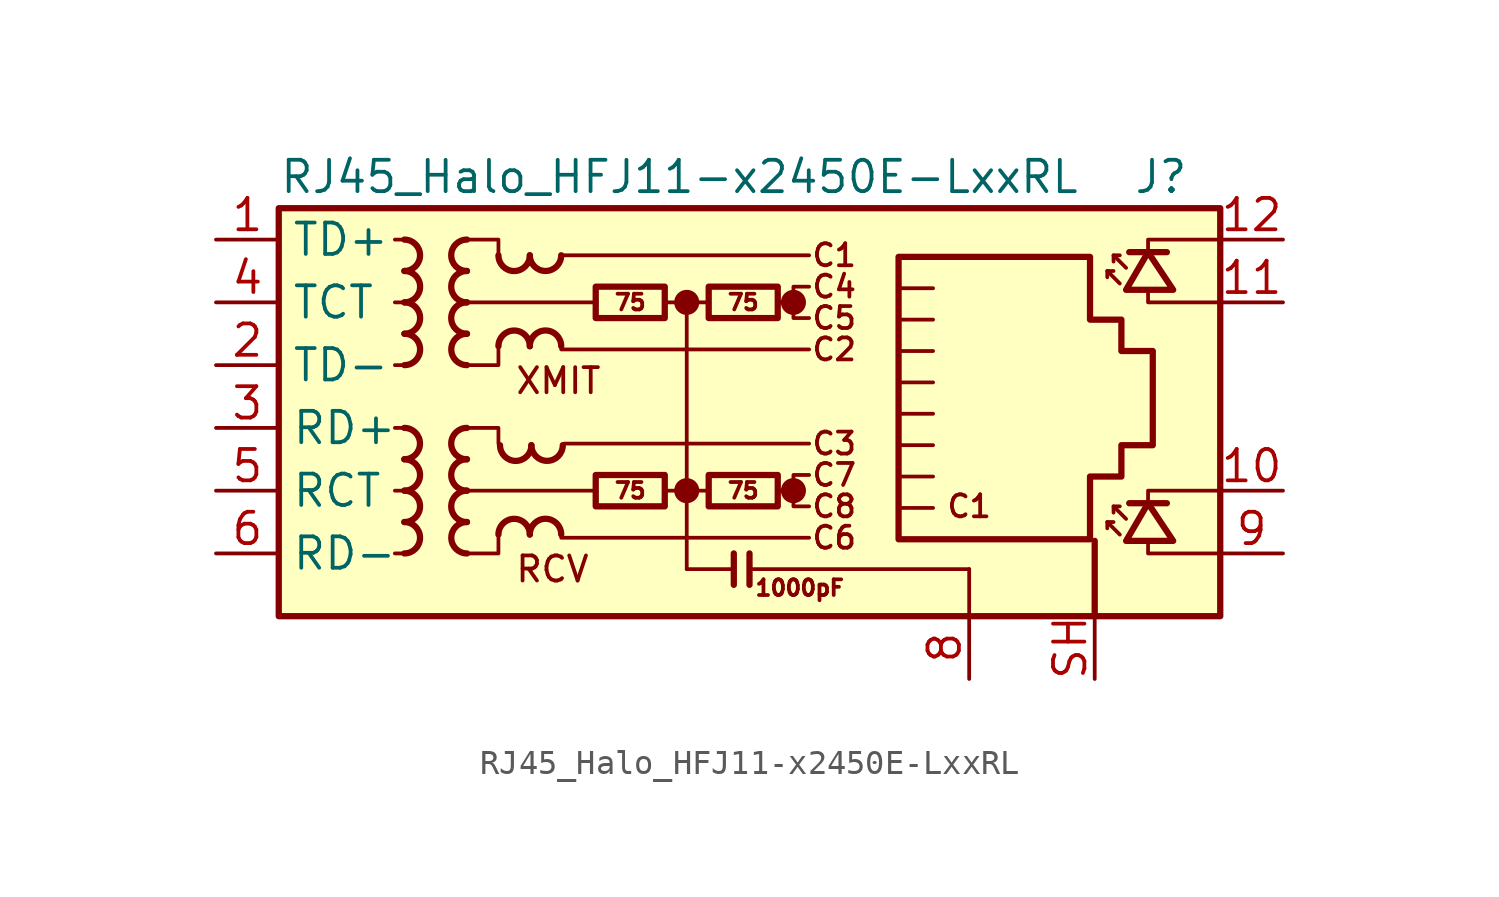
<source format=kicad_sym>
(kicad_symbol_lib
  (version 20220914)
  (generator kicad_symbol_editor)
  (symbol "RJ45_Halo_HFJ11-x2450E-LxxRL"
    (property "Reference" "J"
      (at 19.05 10.16 0)
      (effects (font (size 1.27 1.27)) (justify right)))
    (property "Value" "RJ45_Halo_HFJ11-x2450E-LxxRL"
      (at -17.78 10.16 0)
      (effects (font (size 1.27 1.27)) (justify left)))
    (symbol "RJ45_Halo_HFJ11-x2450E-LxxRL_0_0"
      (circle (center -1.27 -2.54) (radius 0.0001) (stroke (width 0.508) (type default)) (fill (type none)))
      (circle (center -1.27 5.08) (radius 0.0001) (stroke (width 0.508) (type default)) (fill (type none)))
      (polyline (pts (xy -1.27 5.08) (xy -1.27 -5.715)) (stroke (width 0) (type default)) (fill (type none)))
      (polyline (pts (xy 0.635 -5.08) (xy 0.635 -6.35)) (stroke (width 0.254) (type default)) (fill (type none)))
      (polyline (pts (xy 1.27 -5.08) (xy 1.27 -6.35)) (stroke (width 0.254) (type default)) (fill (type none)))
      (polyline (pts (xy 3.048 -2.54) (xy 2.54 -2.54)) (stroke (width 0) (type default)) (fill (type none)))
      (polyline (pts (xy 3.048 5.08) (xy 2.54 5.08)) (stroke (width 0) (type default)) (fill (type none)))
      (polyline (pts (xy 17.399 -3.175) (xy 17.399 -2.54) (xy 20.32 -2.54)) (stroke (width 0) (type default)) (fill (type none)))
      (polyline (pts (xy 17.399 6.985) (xy 17.399 7.62) (xy 20.32 7.62)) (stroke (width 0) (type default)) (fill (type none)))
      (polyline (pts (xy 20.32 -5.08) (xy 17.399 -5.08) (xy 17.399 -4.572)) (stroke (width 0) (type default)) (fill (type none)))
      (polyline (pts (xy 20.32 5.08) (xy 17.399 5.08) (xy 17.399 5.588)) (stroke (width 0) (type default)) (fill (type none)))
      (polyline (pts (xy 3.683 -1.905) (xy 3.048 -1.905) (xy 3.048 -3.175) (xy 3.683 -3.175)) (stroke (width 0) (type default)) (fill (type none)))
      (polyline (pts (xy 3.683 5.715) (xy 3.048 5.715) (xy 3.048 4.445) (xy 3.683 4.445)) (stroke (width 0) (type default)) (fill (type none)))
      (circle (center 3.048 -2.54) (radius 0.0001) (stroke (width 0.508) (type default)) (fill (type none)))
      (circle (center 3.048 5.08) (radius 0.0001) (stroke (width 0.508) (type default)) (fill (type none)))
      (text "C1" (at 4.699 6.985 0) (effects (font (size 0.889 0.889))))
      (text "C1" (at 10.16 -3.175 0) (effects (font (size 0.889 0.889))))
      (text "C2" (at 4.699 3.175 0) (effects (font (size 0.889 0.889))))
      (text "C3" (at 4.699 -0.635 0) (effects (font (size 0.889 0.889))))
      (text "C4" (at 4.699 5.715 0) (effects (font (size 0.889 0.889))))
      (text "C5" (at 4.699 4.445 0) (effects (font (size 0.889 0.889))))
      (text "C6" (at 4.699 -4.445 0) (effects (font (size 0.889 0.889))))
      (text "C7" (at 4.699 -1.905 0) (effects (font (size 0.889 0.889))))
      (text "C8" (at 4.699 -3.175 0) (effects (font (size 0.889 0.889))))
      (text "RCV" (at -8.255 -5.715 0) (effects (font (size 1.016 1.016)) (justify left)))
      (text "XMIT" (at -8.255 1.905 0) (effects (font (size 1.016 1.016)) (justify left))))
    (symbol "RJ45_Halo_HFJ11-x2450E-LxxRL_0_1"
      (rectangle (start -17.78 8.89) (end 20.32 -7.62) (stroke (width 0.254) (type default)) (fill (type background)))
      (polyline (pts (xy -12.7 -5.08) (xy -13.081 -5.08)) (stroke (width 0) (type default)) (fill (type none)))
      (polyline (pts (xy -12.7 -2.54) (xy -13.081 -2.54)) (stroke (width 0) (type default)) (fill (type none)))
      (polyline (pts (xy -12.7 0) (xy -13.081 0)) (stroke (width 0) (type default)) (fill (type none)))
      (polyline (pts (xy -12.7 2.54) (xy -13.081 2.54)) (stroke (width 0) (type default)) (fill (type none)))
      (polyline (pts (xy -12.7 5.08) (xy -13.081 5.08)) (stroke (width 0) (type default)) (fill (type none)))
      (polyline (pts (xy -12.7 7.62) (xy -13.081 7.62)) (stroke (width 0) (type default)) (fill (type none)))
      (polyline (pts (xy -6.35 -4.445) (xy 3.683 -4.445)) (stroke (width 0) (type default)) (fill (type none)))
      (polyline (pts (xy -6.35 3.175) (xy 3.683 3.175)) (stroke (width 0) (type default)) (fill (type none)))
      (polyline (pts (xy -6.35 6.985) (xy 3.683 6.985)) (stroke (width 0) (type default)) (fill (type none)))
      (polyline (pts (xy -6.223 -0.635) (xy 3.683 -0.635)) (stroke (width 0) (type default)) (fill (type none)))
      (polyline (pts (xy -5.08 -2.54) (xy -10.16 -2.54)) (stroke (width 0) (type default)) (fill (type none)))
      (polyline (pts (xy -4.953 5.08) (xy -10.16 5.08)) (stroke (width 0) (type default)) (fill (type none)))
      (polyline (pts (xy -2.159 -2.54) (xy -0.381 -2.54)) (stroke (width 0) (type default)) (fill (type none)))
      (polyline (pts (xy -2.159 5.08) (xy -0.381 5.08)) (stroke (width 0) (type default)) (fill (type none)))
      (polyline (pts (xy 0.635 -5.715) (xy -1.27 -5.715)) (stroke (width 0) (type default)) (fill (type none)))
      (polyline (pts (xy 7.429 -1.968) (xy 8.7 -1.968)) (stroke (width 0) (type default)) (fill (type none)))
      (polyline (pts (xy 7.429 -0.699) (xy 8.7 -0.699)) (stroke (width 0) (type default)) (fill (type none)))
      (polyline (pts (xy 7.429 0.572) (xy 8.7 0.572)) (stroke (width 0) (type default)) (fill (type none)))
      (polyline (pts (xy 7.429 1.841) (xy 8.7 1.841)) (stroke (width 0) (type default)) (fill (type none)))
      (polyline (pts (xy 7.429 3.111) (xy 8.7 3.111)) (stroke (width 0) (type default)) (fill (type none)))
      (polyline (pts (xy 8.7 -3.239) (xy 7.429 -3.239)) (stroke (width 0) (type default)) (fill (type none)))
      (polyline (pts (xy 8.7 4.381) (xy 7.429 4.381)) (stroke (width 0) (type default)) (fill (type none)))
      (polyline (pts (xy 8.7 5.652) (xy 7.429 5.652)) (stroke (width 0) (type default)) (fill (type none)))
      (polyline (pts (xy 10.16 -5.715) (xy 1.27 -5.715)) (stroke (width 0) (type default)) (fill (type none)))
      (polyline (pts (xy 10.16 -5.715) (xy 10.16 -7.62)) (stroke (width 0) (type default)) (fill (type none)))
      (polyline (pts (xy -10.16 0) (xy -8.89 0) (xy -8.89 -0.635)) (stroke (width 0) (type default)) (fill (type none)))
      (polyline (pts (xy -10.16 7.62) (xy -8.89 7.62) (xy -8.89 6.985)) (stroke (width 0) (type default)) (fill (type none)))
      (polyline (pts (xy -8.89 -4.445) (xy -8.89 -5.08) (xy -10.16 -5.08)) (stroke (width 0) (type default)) (fill (type none)))
      (polyline (pts (xy -8.89 3.175) (xy -8.89 2.54) (xy -10.16 2.54)) (stroke (width 0) (type default)) (fill (type none))))
    (symbol "RJ45_Halo_HFJ11-x2450E-LxxRL_1_0"
      (text "1000pF" (at 3.302 -6.477 0) (effects (font (size 0.635 0.635)))))
    (symbol "RJ45_Halo_HFJ11-x2450E-LxxRL_1_1"
      (arc (start -12.7 -1.27) (mid -12.0677 -0.635) (end -12.7 0) (stroke (width 0.254) (type default)) (fill (type none)))
      (arc (start -12.6973 -5.08) (mid -12.065 -4.445) (end -12.6973 -3.81) (stroke (width 0.254) (type default)) (fill (type none)))
      (arc (start -12.6973 -3.81) (mid -12.065 -3.175) (end -12.6973 -2.54) (stroke (width 0.254) (type default)) (fill (type none)))
      (arc (start -12.6973 -2.54) (mid -12.065 -1.905) (end -12.6973 -1.27) (stroke (width 0.254) (type default)) (fill (type none)))
      (arc (start -12.6973 6.35) (mid -12.065 6.985) (end -12.6973 7.62) (stroke (width 0.254) (type default)) (fill (type none)))
      (arc (start -12.6946 2.54) (mid -12.0623 3.175) (end -12.6946 3.81) (stroke (width 0.254) (type default)) (fill (type none)))
      (arc (start -12.6946 3.81) (mid -12.0623 4.445) (end -12.6946 5.08) (stroke (width 0.254) (type default)) (fill (type none)))
      (arc (start -12.6946 5.08) (mid -12.0623 5.715) (end -12.6946 6.35) (stroke (width 0.254) (type default)) (fill (type none)))
      (arc (start -10.1654 -2.54) (mid -10.7977 -3.175) (end -10.1654 -3.81) (stroke (width 0.254) (type default)) (fill (type none)))
      (arc (start -10.1654 -1.27) (mid -10.7977 -1.905) (end -10.1654 -2.54) (stroke (width 0.254) (type default)) (fill (type none)))
      (arc (start -10.1654 0) (mid -10.7977 -0.635) (end -10.1654 -1.27) (stroke (width 0.254) (type default)) (fill (type none)))
      (arc (start -10.1654 5.08) (mid -10.7977 4.445) (end -10.1654 3.81) (stroke (width 0.254) (type default)) (fill (type none)))
      (arc (start -10.1654 6.35) (mid -10.7977 5.715) (end -10.1654 5.08) (stroke (width 0.254) (type default)) (fill (type none)))
      (arc (start -10.1654 7.62) (mid -10.7977 6.985) (end -10.1654 6.35) (stroke (width 0.254) (type default)) (fill (type none)))
      (arc (start -10.1627 -3.81) (mid -10.795 -4.445) (end -10.1627 -5.08) (stroke (width 0.254) (type default)) (fill (type none)))
      (arc (start -10.1627 3.81) (mid -10.795 3.175) (end -10.1627 2.54) (stroke (width 0.254) (type default)) (fill (type none)))
      (arc (start -8.89 6.9823) (mid -8.255 6.35) (end -7.62 6.9823) (stroke (width 0.254) (type default)) (fill (type none)))
      (arc (start -8.8265 -0.7012) (mid -8.1915 -1.3335) (end -7.5565 -0.7012) (stroke (width 0.254) (type default)) (fill (type none)))
      (arc (start -7.62 -4.3153) (mid -8.255 -3.683) (end -8.89 -4.3153) (stroke (width 0.254) (type default)) (fill (type none)))
      (arc (start -7.62 3.3047) (mid -8.255 3.937) (end -8.89 3.3047) (stroke (width 0.254) (type default)) (fill (type none)))
      (arc (start -7.62 6.985) (mid -6.985 6.3527) (end -6.35 6.985) (stroke (width 0.254) (type default)) (fill (type none)))
      (arc (start -7.5565 -0.6985) (mid -6.9215 -1.3308) (end -6.2865 -0.6985) (stroke (width 0.254) (type default)) (fill (type none)))
      (arc (start -6.35 -4.3126) (mid -6.985 -3.6803) (end -7.62 -4.3126) (stroke (width 0.254) (type default)) (fill (type none)))
      (arc (start -6.35 3.3074) (mid -6.985 3.9397) (end -7.62 3.3074) (stroke (width 0.254) (type default)) (fill (type none)))
      (rectangle (start -4.953 -1.905) (end -2.159 -3.175) (stroke (width 0.254) (type default)) (fill (type none)))
      (rectangle (start -4.953 5.715) (end -2.159 4.445) (stroke (width 0.254) (type default)) (fill (type none)))
      (rectangle (start -0.381 -1.905) (end 2.413 -3.175) (stroke (width 0.254) (type default)) (fill (type none)))
      (rectangle (start -0.381 5.715) (end 2.413 4.445) (stroke (width 0.254) (type default)) (fill (type none)))
      (polyline (pts (xy 15.24 -7.62) (xy 15.24 -4.572)) (stroke (width 0.254) (type default)) (fill (type none)))
      (polyline (pts (xy 15.748 -3.81) (xy 15.748 -4.064)) (stroke (width 0) (type default)) (fill (type none)))
      (polyline (pts (xy 15.748 6.35) (xy 15.748 6.096)) (stroke (width 0) (type default)) (fill (type none)))
      (polyline (pts (xy 16.002 -3.175) (xy 16.002 -3.429)) (stroke (width 0) (type default)) (fill (type none)))
      (polyline (pts (xy 16.002 6.985) (xy 16.002 6.731)) (stroke (width 0) (type default)) (fill (type none)))
      (polyline (pts (xy 16.637 -3.048) (xy 18.161 -3.048)) (stroke (width 0.254) (type default)) (fill (type none)))
      (polyline (pts (xy 16.637 7.112) (xy 18.161 7.112)) (stroke (width 0.254) (type default)) (fill (type none)))
      (polyline (pts (xy 16.256 -4.318) (xy 15.748 -3.81) (xy 16.002 -3.81)) (stroke (width 0) (type default)) (fill (type none)))
      (polyline (pts (xy 16.256 5.842) (xy 15.748 6.35) (xy 16.002 6.35)) (stroke (width 0) (type default)) (fill (type none)))
      (polyline (pts (xy 16.51 -3.683) (xy 16.002 -3.175) (xy 16.256 -3.175)) (stroke (width 0) (type default)) (fill (type none)))
      (polyline (pts (xy 16.51 6.477) (xy 16.002 6.985) (xy 16.256 6.985)) (stroke (width 0) (type default)) (fill (type none)))
      (polyline (pts (xy 16.51 -4.572) (xy 18.415 -4.572) (xy 17.399 -3.048) (xy 16.51 -4.572)) (stroke (width 0.254) (type default)) (fill (type none)))
      (polyline (pts (xy 16.51 5.588) (xy 18.415 5.588) (xy 17.399 7.112) (xy 16.51 5.588)) (stroke (width 0.254) (type default)) (fill (type none)))
      (polyline (pts (xy 7.303 -4.508) (xy 7.303 6.921) (xy 15.05 6.921) (xy 15.05 4.381) (xy 16.32 4.381) (xy 16.32 3.111) (xy 17.59 3.111) (xy 17.59 -0.699) (xy 16.32 -0.699) (xy 16.32 -1.968) (xy 15.05 -1.968) (xy 15.05 -4.508) (xy 7.303 -4.508)) (stroke (width 0.254) (type default)) (fill (type none)))
      (text "75" (at -3.556 -2.54 0) (effects (font (size 0.635 0.635))))
      (text "75" (at -3.556 5.08 0) (effects (font (size 0.635 0.635))))
      (text "75" (at 1.016 -2.54 0) (effects (font (size 0.635 0.635))))
      (text "75" (at 1.016 5.08 0) (effects (font (size 0.635 0.635))))
      (pin passive line (at -20.32 7.62 0) (length 2.54) (name "TD+" (effects (font (size 1.27 1.27)))) (number "1" (effects (font (size 1.27 1.27)))))
      (pin passive line (at 22.86 -2.54 180) (length 2.54) (name "" (effects (font (size 1.27 1.27)))) (number "10" (effects (font (size 1.27 1.27)))))
      (pin passive line (at 22.86 5.08 180) (length 2.54) (name "" (effects (font (size 1.27 1.27)))) (number "11" (effects (font (size 1.27 1.27)))))
      (pin passive line (at 22.86 7.62 180) (length 2.54) (name "" (effects (font (size 1.27 1.27)))) (number "12" (effects (font (size 1.27 1.27)))))
      (pin passive line (at -20.32 2.54 0) (length 2.54) (name "TD-" (effects (font (size 1.27 1.27)))) (number "2" (effects (font (size 1.27 1.27)))))
      (pin passive line (at -20.32 0 0) (length 2.54) (name "RD+" (effects (font (size 1.27 1.27)))) (number "3" (effects (font (size 1.27 1.27)))))
      (pin passive line (at -20.32 5.08 0) (length 2.54) (name "TCT" (effects (font (size 1.27 1.27)))) (number "4" (effects (font (size 1.27 1.27)))))
      (pin passive line (at -20.32 -2.54 0) (length 2.54) (name "RCT" (effects (font (size 1.27 1.27)))) (number "5" (effects (font (size 1.27 1.27)))))
      (pin passive line (at -20.32 -5.08 0) (length 2.54) (name "RD-" (effects (font (size 1.27 1.27)))) (number "6" (effects (font (size 1.27 1.27)))))
      (pin no_connect line (at 20.32 0 0) (length 0) hide (name "NC" (effects (font (size 1.27 1.27)))) (number "7" (effects (font (size 1.27 1.27)))))
      (pin power_in line (at 10.16 -10.16 90) (length 2.54) (name "" (effects (font (size 1.27 1.27)))) (number "8" (effects (font (size 1.27 1.27)))))
      (pin passive line (at 22.86 -5.08 180) (length 2.54) (name "" (effects (font (size 1.27 1.27)))) (number "9" (effects (font (size 1.27 1.27)))))
      (pin passive line (at 15.24 -10.16 90) (length 2.54) (name "" (effects (font (size 1.27 1.27)))) (number "SH" (effects (font (size 1.27 1.27))))))))
</source>
